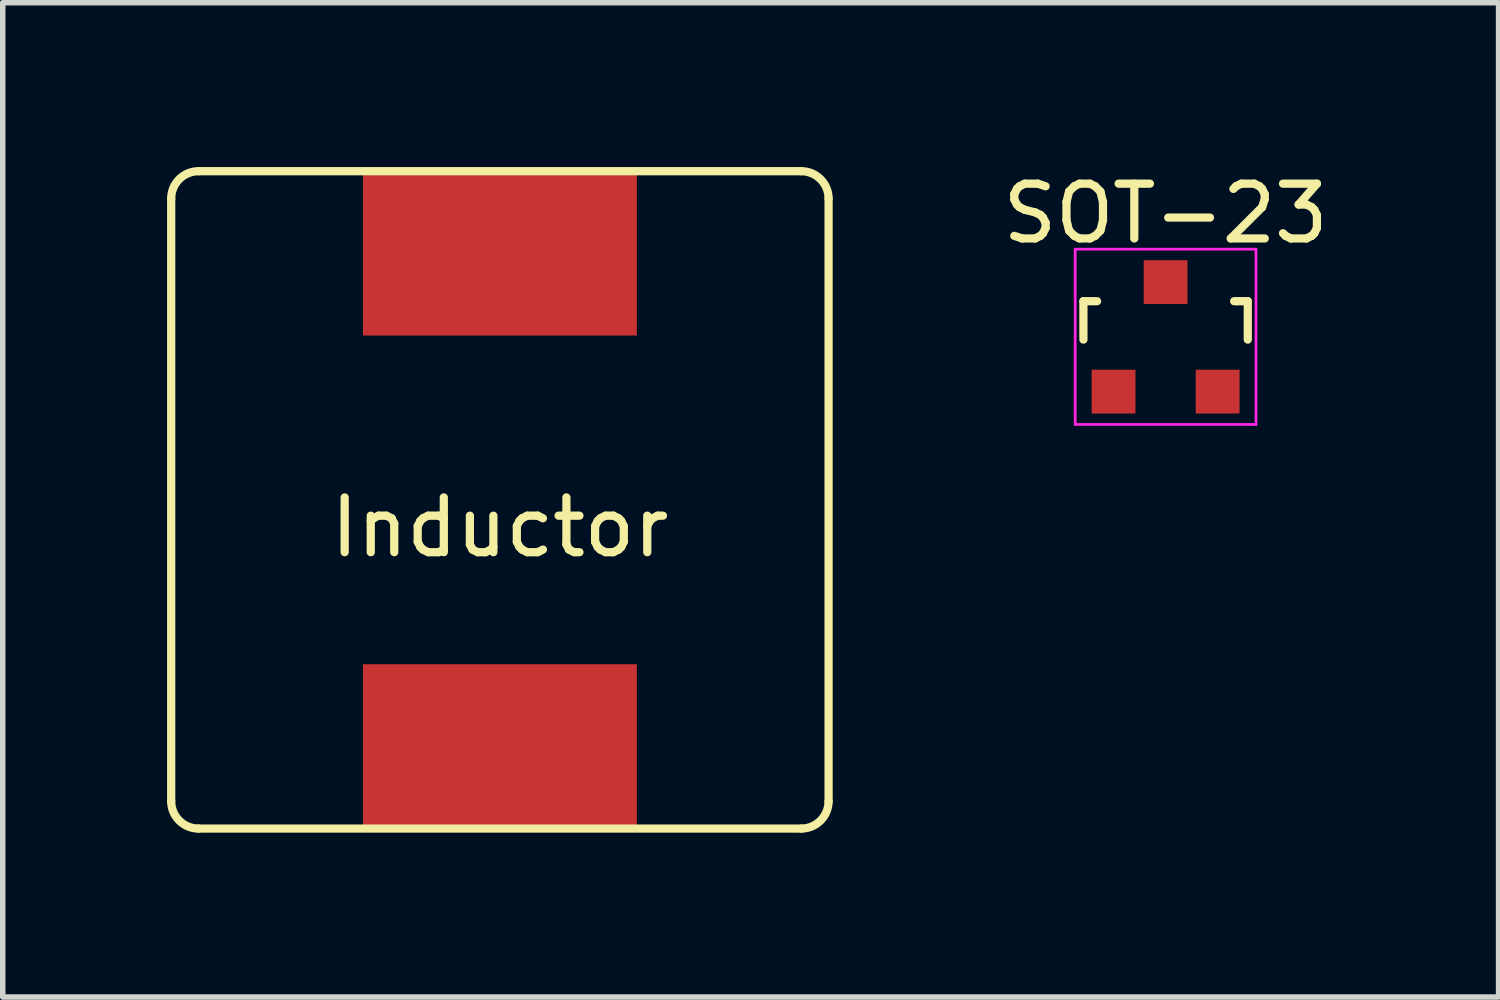
<source format=kicad_pcb>
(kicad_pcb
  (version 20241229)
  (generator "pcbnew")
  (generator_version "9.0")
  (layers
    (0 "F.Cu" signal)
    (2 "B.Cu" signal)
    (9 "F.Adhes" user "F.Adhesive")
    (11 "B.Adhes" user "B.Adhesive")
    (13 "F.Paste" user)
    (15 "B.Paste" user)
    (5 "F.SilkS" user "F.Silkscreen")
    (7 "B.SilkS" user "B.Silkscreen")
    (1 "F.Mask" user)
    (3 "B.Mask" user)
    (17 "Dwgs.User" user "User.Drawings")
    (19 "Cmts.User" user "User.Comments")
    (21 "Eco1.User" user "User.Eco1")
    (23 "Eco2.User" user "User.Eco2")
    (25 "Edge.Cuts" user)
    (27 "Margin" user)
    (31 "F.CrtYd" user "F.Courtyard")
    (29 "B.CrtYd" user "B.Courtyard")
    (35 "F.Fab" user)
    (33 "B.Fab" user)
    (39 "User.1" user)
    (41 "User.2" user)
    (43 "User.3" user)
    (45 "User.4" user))
  (footprint "Inductor"
    (layer "F.Cu")
    (at 6.075 6.075)
    (property "Reference" "Inductor" (at 0 0.5 0) (layer "F.SilkS") (effects (font (size 1 1) (thickness 0.15))))
    (attr through_hole)
    (fp_line (start -6 -5.5) (end -6 5.5) (stroke (width 0.15) (type solid)) (layer "F.SilkS"))
    (fp_line (start -5.5 6) (end 5.5 6) (stroke (width 0.15) (type solid)) (layer "F.SilkS"))
    (fp_line (start 5.5 -6) (end -5.5 -6) (stroke (width 0.15) (type solid)) (layer "F.SilkS"))
    (fp_line (start 6 5.5) (end 6 -5.5) (stroke (width 0.15) (type solid)) (layer "F.SilkS"))
    (fp_arc (start -6 -5.5) (mid -5.853553 -5.853553) (end -5.5 -6) (stroke (width 0.15) (type solid)) (layer "F.SilkS"))
    (fp_arc (start -5.5 6) (mid -5.853553 5.853553) (end -6 5.5) (stroke (width 0.15) (type solid)) (layer "F.SilkS"))
    (fp_arc (start 5.5 -6) (mid 5.853553 -5.853553) (end 6 -5.5) (stroke (width 0.15) (type solid)) (layer "F.SilkS"))
    (fp_arc (start 6 5.5) (mid 5.853553 5.853553) (end 5.5 6) (stroke (width 0.15) (type solid)) (layer "F.SilkS"))
    (pad "1" smd rect (at 0 -4.5) (size 5 3) (layers "F.Cu" "F.Mask" "F.Paste"))
    (pad "2" smd rect (at 0 4.5) (size 5 3) (layers "F.Cu" "F.Mask" "F.Paste")))
  (footprint "SOT-23"
    (layer "F.Cu")
    (at 18.227 3.098)
    (property "Reference" "SOT-23" (at 0 -2.25 0) (layer "F.SilkS") (effects (font (size 1 1) (thickness 0.15))))
    (attr smd)
    (fp_line (start -1.5 -0.65) (end -1.251 -0.65) (stroke (width 0.15) (type solid)) (layer "F.SilkS"))
    (fp_line (start -1.5 0.051) (end -1.5 -0.65) (stroke (width 0.15) (type solid)) (layer "F.SilkS"))
    (fp_line (start 1.299 -0.65) (end 1.251 -0.65) (stroke (width 0.15) (type solid)) (layer "F.SilkS"))
    (fp_line (start 1.299 -0.65) (end 1.5 -0.65) (stroke (width 0.15) (type solid)) (layer "F.SilkS"))
    (fp_line (start 1.5 -0.65) (end 1.5 0.051) (stroke (width 0.15) (type solid)) (layer "F.SilkS"))
    (fp_line (start -1.65 -1.6) (end 1.65 -1.6) (stroke (width 0.05) (type solid)) (layer "F.CrtYd"))
    (fp_line (start -1.65 1.6) (end -1.65 -1.6) (stroke (width 0.05) (type solid)) (layer "F.CrtYd"))
    (fp_line (start 1.65 -1.6) (end 1.65 1.6) (stroke (width 0.05) (type solid)) (layer "F.CrtYd"))
    (fp_line (start 1.65 1.6) (end -1.65 1.6) (stroke (width 0.05) (type solid)) (layer "F.CrtYd"))
    (pad "1" smd rect (at 0.95 1.001) (size 0.8 0.8) (layers "F.Cu" "F.Mask" "F.Paste"))
    (pad "2" smd rect (at -0.95 1.001) (size 0.8 0.8) (layers "F.Cu" "F.Mask" "F.Paste"))
    (pad "3" smd rect (at 0 -0.998) (size 0.8 0.8) (layers "F.Cu" "F.Mask" "F.Paste")))
  (gr_rect
    (start -3 -3)
    (end 24.305 15.15)
    (stroke (width 0.1) (type default))
    (fill no)
    (layer "Edge.Cuts")))
</source>
